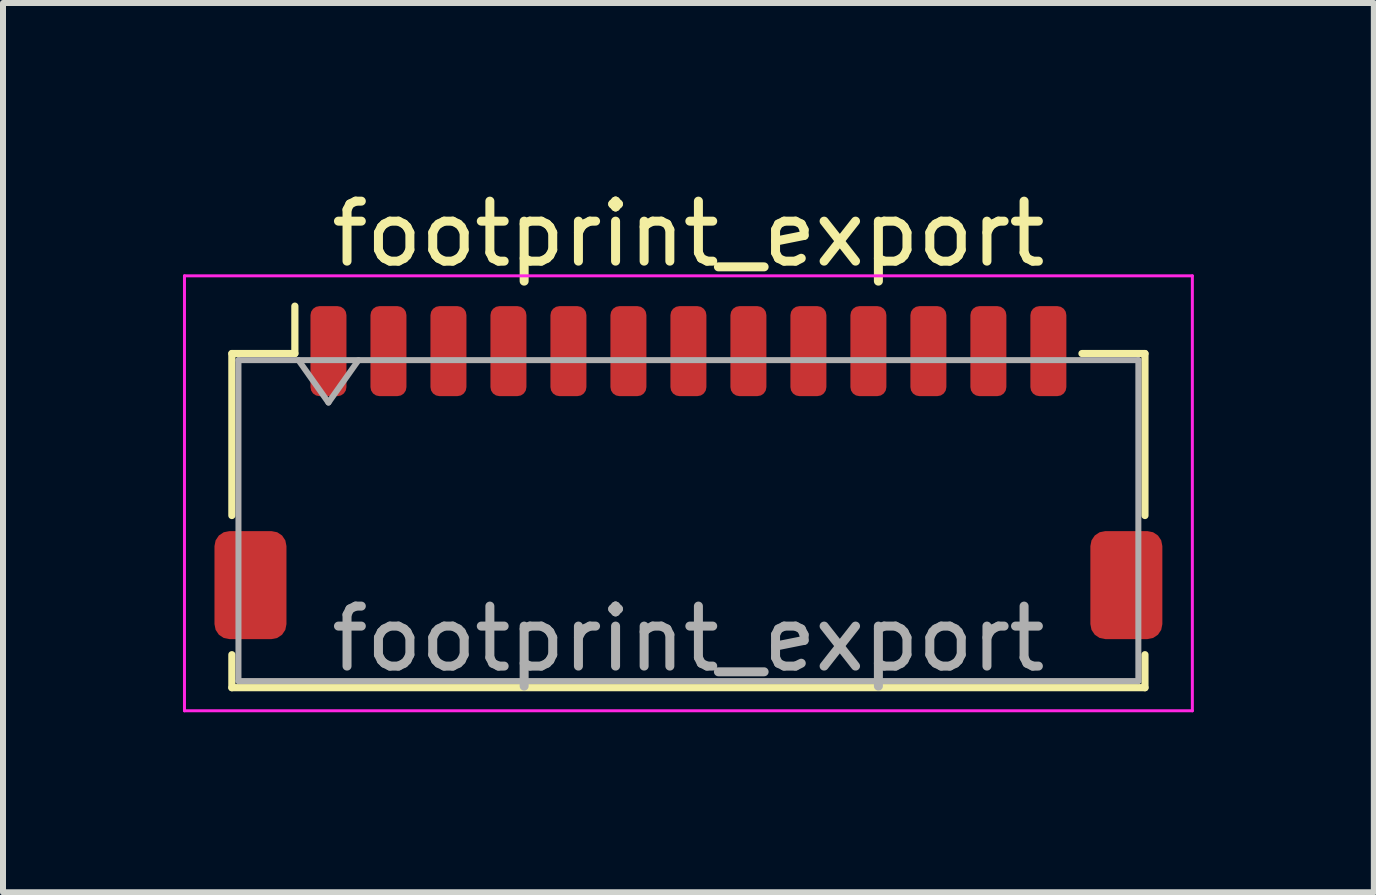
<source format=kicad_pcb>
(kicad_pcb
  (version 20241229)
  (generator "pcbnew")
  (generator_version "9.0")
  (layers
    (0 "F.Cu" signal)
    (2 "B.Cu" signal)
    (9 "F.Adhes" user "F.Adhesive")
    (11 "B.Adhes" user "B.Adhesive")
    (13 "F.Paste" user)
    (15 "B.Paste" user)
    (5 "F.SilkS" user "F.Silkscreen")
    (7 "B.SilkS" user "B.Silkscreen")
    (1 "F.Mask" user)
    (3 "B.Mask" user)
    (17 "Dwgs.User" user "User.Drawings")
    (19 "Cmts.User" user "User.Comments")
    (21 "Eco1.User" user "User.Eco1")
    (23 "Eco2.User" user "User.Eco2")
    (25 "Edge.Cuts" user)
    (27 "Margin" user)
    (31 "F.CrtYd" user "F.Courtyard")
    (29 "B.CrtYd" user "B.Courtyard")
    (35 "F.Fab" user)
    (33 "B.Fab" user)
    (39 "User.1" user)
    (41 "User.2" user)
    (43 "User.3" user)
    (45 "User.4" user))
  (footprint "footprint_export"
    (layer "F.Cu")
    (at 8.425 4.828)
    (property "Reference" "footprint_export" (at 0 -3.98 0) (layer "F.SilkS") (effects (font (size 1 1) (thickness 0.15))))
    (attr smd)
    (fp_line (start -7.61 -1.985) (end -6.56 -1.985) (stroke (width 0.12) (type solid)) (layer "F.SilkS"))
    (fp_line (start -7.61 0.715) (end -7.61 -1.985) (stroke (width 0.12) (type solid)) (layer "F.SilkS"))
    (fp_line (start -7.61 3.035) (end -7.61 3.585) (stroke (width 0.12) (type solid)) (layer "F.SilkS"))
    (fp_line (start -7.61 3.585) (end 7.61 3.585) (stroke (width 0.12) (type solid)) (layer "F.SilkS"))
    (fp_line (start -6.56 -1.985) (end -6.56 -2.775) (stroke (width 0.12) (type solid)) (layer "F.SilkS"))
    (fp_line (start 7.61 -1.985) (end 6.56 -1.985) (stroke (width 0.12) (type solid)) (layer "F.SilkS"))
    (fp_line (start 7.61 0.715) (end 7.61 -1.985) (stroke (width 0.12) (type solid)) (layer "F.SilkS"))
    (fp_line (start 7.61 3.585) (end 7.61 3.035) (stroke (width 0.12) (type solid)) (layer "F.SilkS"))
    (fp_line (start -8.4 -3.28) (end -8.4 3.97) (stroke (width 0.05) (type solid)) (layer "F.CrtYd"))
    (fp_line (start -8.4 3.97) (end 8.4 3.97) (stroke (width 0.05) (type solid)) (layer "F.CrtYd"))
    (fp_line (start 8.4 -3.28) (end -8.4 -3.28) (stroke (width 0.05) (type solid)) (layer "F.CrtYd"))
    (fp_line (start 8.4 3.97) (end 8.4 -3.28) (stroke (width 0.05) (type solid)) (layer "F.CrtYd"))
    (fp_line (start -7.5 -1.875) (end -7.5 3.475) (stroke (width 0.1) (type solid)) (layer "F.Fab"))
    (fp_line (start -7.5 -1.875) (end 7.5 -1.875) (stroke (width 0.1) (type solid)) (layer "F.Fab"))
    (fp_line (start -7.5 3.475) (end 7.5 3.475) (stroke (width 0.1) (type solid)) (layer "F.Fab"))
    (fp_line (start -6.5 -1.875) (end -6 -1.168) (stroke (width 0.1) (type solid)) (layer "F.Fab"))
    (fp_line (start -6 -1.168) (end -5.5 -1.875) (stroke (width 0.1) (type solid)) (layer "F.Fab"))
    (fp_line (start 7.5 -1.875) (end 7.5 3.475) (stroke (width 0.1) (type solid)) (layer "F.Fab"))
    (fp_text user "${REFERENCE}" (at 0 2.77 0) (layer "F.Fab") (effects (font (size 1 1) (thickness 0.15))))
    (pad "1" smd roundrect (at -6 -2.025) (size 0.6 1.5) (layers "F.Cu" "F.Mask" "F.Paste") (roundrect_rratio 0.25))
    (pad "2" smd roundrect (at -5 -2.025) (size 0.6 1.5) (layers "F.Cu" "F.Mask" "F.Paste") (roundrect_rratio 0.25))
    (pad "3" smd roundrect (at -4 -2.025) (size 0.6 1.5) (layers "F.Cu" "F.Mask" "F.Paste") (roundrect_rratio 0.25))
    (pad "4" smd roundrect (at -3 -2.025) (size 0.6 1.5) (layers "F.Cu" "F.Mask" "F.Paste") (roundrect_rratio 0.25))
    (pad "5" smd roundrect (at -2 -2.025) (size 0.6 1.5) (layers "F.Cu" "F.Mask" "F.Paste") (roundrect_rratio 0.25))
    (pad "6" smd roundrect (at -1 -2.025) (size 0.6 1.5) (layers "F.Cu" "F.Mask" "F.Paste") (roundrect_rratio 0.25))
    (pad "7" smd roundrect (at 0 -2.025) (size 0.6 1.5) (layers "F.Cu" "F.Mask" "F.Paste") (roundrect_rratio 0.25))
    (pad "8" smd roundrect (at 1 -2.025) (size 0.6 1.5) (layers "F.Cu" "F.Mask" "F.Paste") (roundrect_rratio 0.25))
    (pad "9" smd roundrect (at 2 -2.025) (size 0.6 1.5) (layers "F.Cu" "F.Mask" "F.Paste") (roundrect_rratio 0.25))
    (pad "10" smd roundrect (at 3 -2.025) (size 0.6 1.5) (layers "F.Cu" "F.Mask" "F.Paste") (roundrect_rratio 0.25))
    (pad "11" smd roundrect (at 4 -2.025) (size 0.6 1.5) (layers "F.Cu" "F.Mask" "F.Paste") (roundrect_rratio 0.25))
    (pad "12" smd roundrect (at 5 -2.025) (size 0.6 1.5) (layers "F.Cu" "F.Mask" "F.Paste") (roundrect_rratio 0.25))
    (pad "13" smd roundrect (at 6 -2.025) (size 0.6 1.5) (layers "F.Cu" "F.Mask" "F.Paste") (roundrect_rratio 0.25))
    (pad "MP" smd roundrect (at -7.3 1.875) (size 1.2 1.8) (layers "F.Cu" "F.Mask" "F.Paste") (roundrect_rratio 0.208))
    (pad "MP" smd roundrect (at 7.3 1.875) (size 1.2 1.8) (layers "F.Cu" "F.Mask" "F.Paste") (roundrect_rratio 0.208)))
  (gr_rect
    (start -3 -3)
    (end 19.85 11.823)
    (stroke (width 0.1) (type default))
    (fill no)
    (layer "Edge.Cuts")))
</source>
